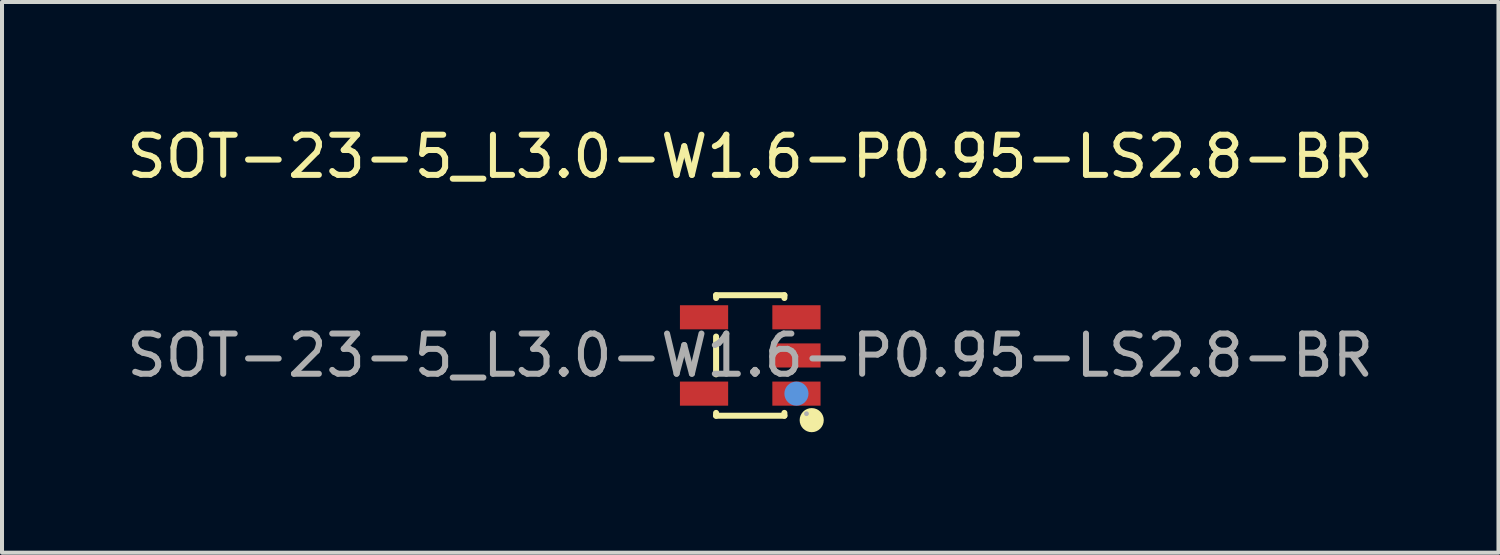
<source format=kicad_pcb>
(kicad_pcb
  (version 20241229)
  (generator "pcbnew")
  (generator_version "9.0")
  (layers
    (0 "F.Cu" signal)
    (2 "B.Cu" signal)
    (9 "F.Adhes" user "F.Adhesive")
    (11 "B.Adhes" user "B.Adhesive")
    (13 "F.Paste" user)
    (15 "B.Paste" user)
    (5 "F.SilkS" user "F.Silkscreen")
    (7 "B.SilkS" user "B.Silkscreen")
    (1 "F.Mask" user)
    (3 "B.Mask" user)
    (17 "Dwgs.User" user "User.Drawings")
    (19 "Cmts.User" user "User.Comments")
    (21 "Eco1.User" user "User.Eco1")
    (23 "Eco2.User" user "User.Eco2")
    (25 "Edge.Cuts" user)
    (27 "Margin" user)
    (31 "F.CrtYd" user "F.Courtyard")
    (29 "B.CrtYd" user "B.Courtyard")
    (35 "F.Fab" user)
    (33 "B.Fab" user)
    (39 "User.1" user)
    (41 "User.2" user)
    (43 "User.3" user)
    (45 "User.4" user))
  (footprint "SOT-23-5_L3.0-W1.6-P0.95-LS2.8-BR"
    (layer "F.Cu")
    (at 15.625 5.798)
    (property "Reference" "SOT-23-5_L3.0-W1.6-P0.95-LS2.8-BR" (at 0 -4.95 0) (layer "F.SilkS") (effects (font (size 1 1) (thickness 0.15))))
    (attr smd)
    (fp_line (start -0.85 -1.5) (end 0.85 -1.5) (stroke (width 0.15) (type solid)) (layer "F.SilkS"))
    (fp_line (start -0.85 -1.43) (end -0.85 -1.5) (stroke (width 0.15) (type solid)) (layer "F.SilkS"))
    (fp_line (start -0.85 0.47) (end -0.85 -0.47) (stroke (width 0.15) (type solid)) (layer "F.SilkS"))
    (fp_line (start -0.85 1.5) (end -0.85 1.43) (stroke (width 0.15) (type solid)) (layer "F.SilkS"))
    (fp_line (start 0.85 -1.5) (end 0.85 -1.43) (stroke (width 0.15) (type solid)) (layer "F.SilkS"))
    (fp_line (start 0.85 1.43) (end 0.85 1.5) (stroke (width 0.15) (type solid)) (layer "F.SilkS"))
    (fp_line (start 0.85 1.5) (end -0.85 1.5) (stroke (width 0.15) (type solid)) (layer "F.SilkS"))
    (fp_circle (center 1.53 1.61) (end 1.68 1.61) (stroke (width 0.3) (type solid)) (fill no) (layer "F.SilkS"))
    (fp_circle (center 1.15 0.95) (end 1.3 0.95) (stroke (width 0.3) (type solid)) (fill no) (layer "Cmts.User"))
    (fp_circle (center 1.4 1.45) (end 1.43 1.45) (stroke (width 0.06) (type solid)) (fill no) (layer "F.Fab"))
    (fp_text user "${REFERENCE}" (at 0 0 0) (layer "F.Fab") (effects (font (size 1 1) (thickness 0.15))))
    (pad "1" smd rect (at 1.15 0.95 90) (size 0.6 1.2) (layers "F.Cu" "F.Mask" "F.Paste"))
    (pad "2" smd rect (at 1.15 0 90) (size 0.6 1.2) (layers "F.Cu" "F.Mask" "F.Paste"))
    (pad "3" smd rect (at 1.15 -0.95 90) (size 0.6 1.2) (layers "F.Cu" "F.Mask" "F.Paste"))
    (pad "4" smd rect (at -1.15 -0.95 90) (size 0.6 1.2) (layers "F.Cu" "F.Mask" "F.Paste"))
    (pad "5" smd rect (at -1.15 0.95 90) (size 0.6 1.2) (layers "F.Cu" "F.Mask" "F.Paste")))
  (gr_rect
    (start -3 -3)
    (end 34.25 10.708)
    (stroke (width 0.1) (type default))
    (fill no)
    (layer "Edge.Cuts")))
</source>
